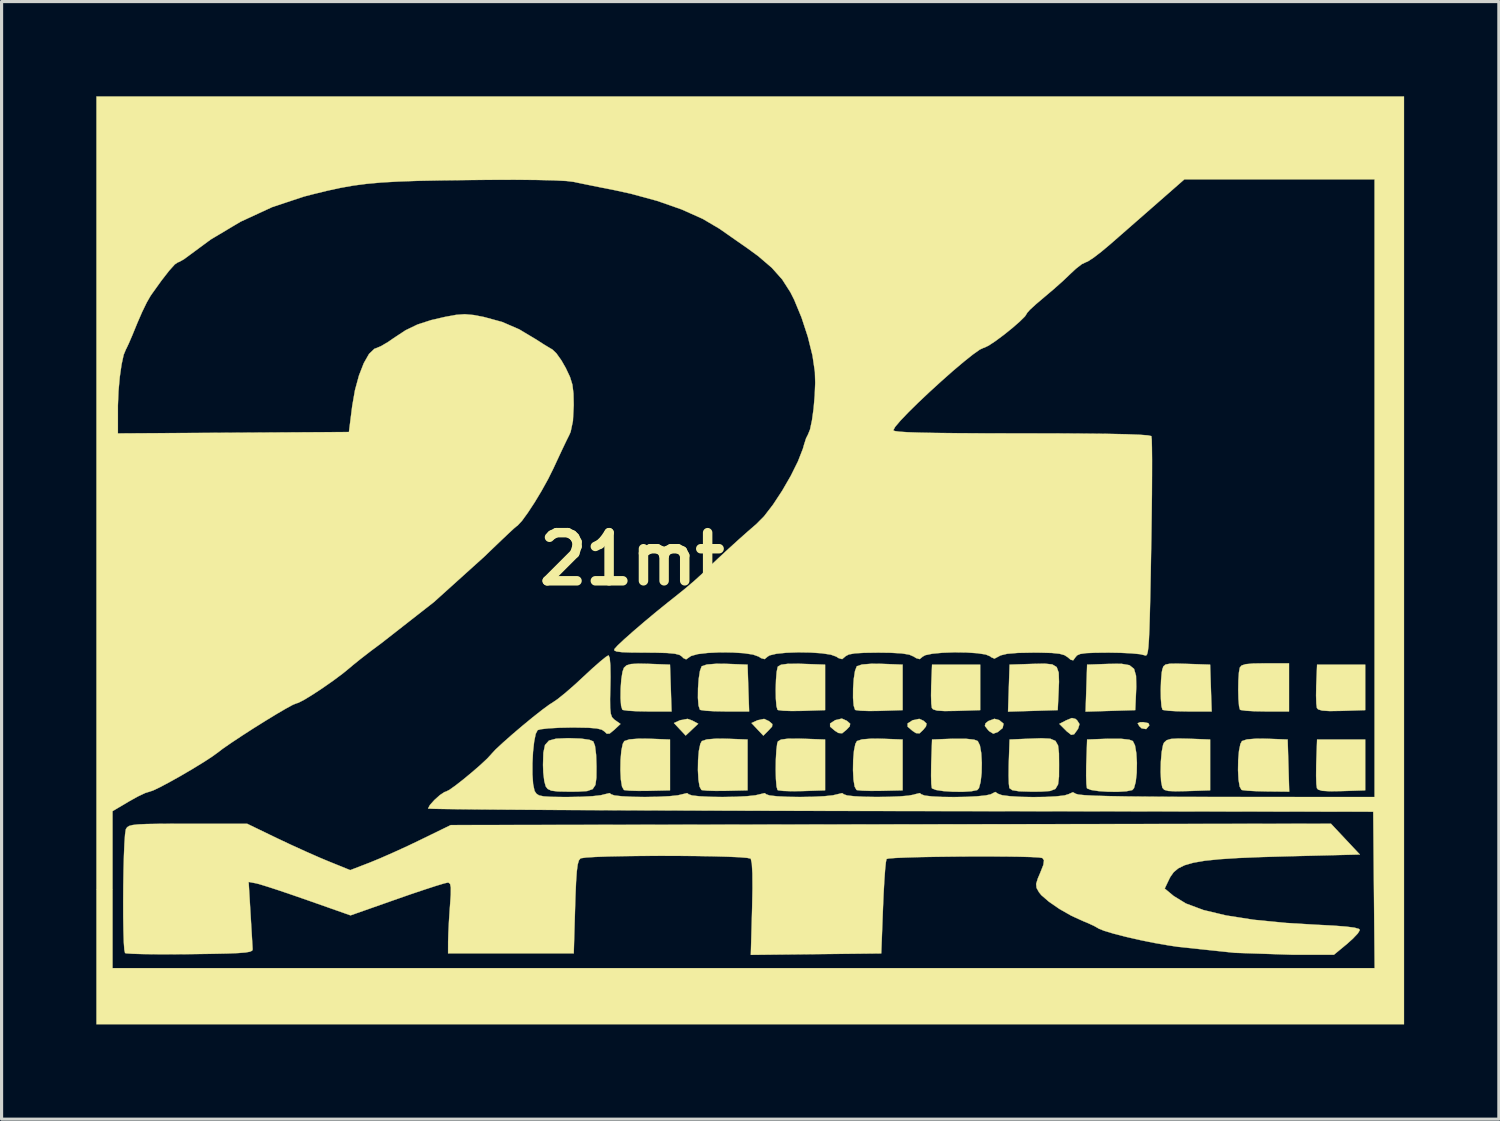
<source format=kicad_pcb>
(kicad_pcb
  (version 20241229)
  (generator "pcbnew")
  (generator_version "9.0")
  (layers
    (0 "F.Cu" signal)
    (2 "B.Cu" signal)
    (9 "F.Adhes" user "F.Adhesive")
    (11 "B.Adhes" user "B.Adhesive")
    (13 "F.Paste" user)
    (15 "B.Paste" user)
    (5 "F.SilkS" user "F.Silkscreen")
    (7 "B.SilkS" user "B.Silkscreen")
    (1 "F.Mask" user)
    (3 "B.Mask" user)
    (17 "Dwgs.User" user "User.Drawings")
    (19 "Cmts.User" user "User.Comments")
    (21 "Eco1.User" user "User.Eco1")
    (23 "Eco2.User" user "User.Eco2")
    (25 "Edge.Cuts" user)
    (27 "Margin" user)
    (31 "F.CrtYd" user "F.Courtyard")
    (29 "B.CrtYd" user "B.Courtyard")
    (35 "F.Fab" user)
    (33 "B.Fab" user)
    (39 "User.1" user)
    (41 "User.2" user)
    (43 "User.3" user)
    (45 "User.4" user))
  (footprint "21mtc_logo"
    (layer "F.Cu")
    (at 20.664 14.652)
    (property "Reference" "21mtc_logo" (at 0 0 0) (layer "F.SilkS") (effects (font (size 1.524 1.524) (thickness 0.3))))
    (attr through_hole)
    (fp_poly (pts (xy -1.792 5.115) (xy -1.604 5.215) (xy -1.803 5.402) (xy -2.002 5.589) (xy -2.188 5.391) (xy -2.373 5.193) (xy -2.177 5.104) (xy -1.943 5.061) (xy -1.792 5.115)) (stroke (width 0.01) (type solid)) (fill yes) (layer "F.SilkS"))
    (fp_poly (pts (xy 12.649 5.196) (xy 12.681 5.265) (xy 12.579 5.385) (xy 12.433 5.359) (xy 12.364 5.294) (xy 12.31 5.201) (xy 12.385 5.168) (xy 12.485 5.165) (xy 12.649 5.196)) (stroke (width 0.01) (type solid)) (fill yes) (layer "F.SilkS"))
    (fp_poly (pts (xy 0.635 5.133) (xy 0.743 5.226) (xy 0.733 5.307) (xy 0.627 5.422) (xy 0.457 5.592) (xy 0.269 5.393) (xy 0.082 5.193) (xy 0.278 5.104) (xy 0.481 5.062) (xy 0.635 5.133)) (stroke (width 0.01) (type solid)) (fill yes) (layer "F.SilkS"))
    (fp_poly (pts (xy 9.607 3.337) (xy 9.747 3.422) (xy 9.81 3.597) (xy 9.819 3.89) (xy 9.805 4.236) (xy 9.779 4.784) (xy 8.206 4.832) (xy 8.255 3.344) (xy 8.993 3.32) (xy 9.365 3.312) (xy 9.607 3.337)) (stroke (width 0.01) (type solid)) (fill yes) (layer "F.SilkS"))
    (fp_poly (pts (xy 12.05 3.361) (xy 12.196 3.478) (xy 12.259 3.698) (xy 12.266 4.048) (xy 12.259 4.214) (xy 12.234 4.784) (xy 10.661 4.832) (xy 10.71 3.344) (xy 11.404 3.32) (xy 11.795 3.317) (xy 12.05 3.361)) (stroke (width 0.01) (type solid)) (fill yes) (layer "F.SilkS"))
    (fp_poly (pts (xy 7.927 5.1) (xy 8.064 5.214) (xy 8.035 5.351) (xy 7.881 5.479) (xy 7.738 5.53) (xy 7.609 5.451) (xy 7.572 5.413) (xy 7.472 5.284) (xy 7.493 5.202) (xy 7.581 5.131) (xy 7.773 5.059) (xy 7.927 5.1)) (stroke (width 0.01) (type solid)) (fill yes) (layer "F.SilkS"))
    (fp_poly (pts (xy 3.103 5.123) (xy 3.207 5.215) (xy 3.192 5.298) (xy 3.09 5.406) (xy 2.953 5.518) (xy 2.835 5.508) (xy 2.731 5.443) (xy 2.572 5.309) (xy 2.571 5.207) (xy 2.728 5.106) (xy 2.743 5.099) (xy 2.943 5.052) (xy 3.103 5.123)) (stroke (width 0.01) (type solid)) (fill yes) (layer "F.SilkS"))
    (fp_poly (pts (xy 5.53 5.121) (xy 5.626 5.21) (xy 5.607 5.3) (xy 5.526 5.402) (xy 5.403 5.52) (xy 5.291 5.512) (xy 5.186 5.445) (xy 5.027 5.309) (xy 5.025 5.207) (xy 5.179 5.108) (xy 5.19 5.103) (xy 5.396 5.061) (xy 5.53 5.121)) (stroke (width 0.01) (type solid)) (fill yes) (layer "F.SilkS"))
    (fp_poly (pts (xy 7.324 4.784) (xy 6.581 4.808) (xy 6.201 4.814) (xy 5.961 4.799) (xy 5.833 4.76) (xy 5.794 4.716) (xy 5.776 4.577) (xy 5.768 4.323) (xy 5.773 4.004) (xy 5.775 3.971) (xy 5.8 3.344) (xy 7.324 3.344) (xy 7.324 4.784)) (stroke (width 0.01) (type solid)) (fill yes) (layer "F.SilkS"))
    (fp_poly (pts (xy 10.343 5.063) (xy 10.394 5.109) (xy 10.469 5.226) (xy 10.427 5.365) (xy 10.401 5.408) (xy 10.298 5.549) (xy 10.206 5.567) (xy 10.07 5.46) (xy 10.014 5.404) (xy 9.83 5.22) (xy 10.053 5.105) (xy 10.228 5.034) (xy 10.343 5.063)) (stroke (width 0.01) (type solid)) (fill yes) (layer "F.SilkS"))
    (fp_poly (pts (xy 19.516 4.784) (xy 18.773 4.808) (xy 18.393 4.814) (xy 18.153 4.799) (xy 18.025 4.76) (xy 17.986 4.716) (xy 17.968 4.577) (xy 17.96 4.323) (xy 17.965 4.004) (xy 17.967 3.971) (xy 17.992 3.344) (xy 19.516 3.344) (xy 19.516 4.784)) (stroke (width 0.01) (type solid)) (fill yes) (layer "F.SilkS"))
    (fp_poly (pts (xy 19.516 7.324) (xy 18.773 7.348) (xy 18.392 7.354) (xy 18.151 7.339) (xy 18.024 7.3) (xy 17.987 7.256) (xy 17.969 7.122) (xy 17.961 6.866) (xy 17.964 6.537) (xy 17.967 6.428) (xy 17.992 5.715) (xy 19.516 5.715) (xy 19.516 7.324)) (stroke (width 0.01) (type solid)) (fill yes) (layer "F.SilkS"))
    (fp_poly (pts (xy -3.162 5.69) (xy -2.498 5.715) (xy -2.498 7.324) (xy -3.175 7.34) (xy -3.507 7.342) (xy -3.779 7.334) (xy -3.941 7.317) (xy -3.958 7.312) (xy -4.017 7.207) (xy -4.054 6.982) (xy -4.069 6.686) (xy -4.064 6.367) (xy -4.039 6.073) (xy -3.994 5.853) (xy -3.945 5.764) (xy -3.785 5.711) (xy -3.484 5.687) (xy -3.162 5.69)) (stroke (width 0.01) (type solid)) (fill yes) (layer "F.SilkS"))
    (fp_poly (pts (xy -0.707 5.69) (xy -0.042 5.715) (xy -0.042 7.324) (xy -0.72 7.34) (xy -1.052 7.342) (xy -1.323 7.334) (xy -1.486 7.317) (xy -1.503 7.312) (xy -1.561 7.207) (xy -1.598 6.982) (xy -1.614 6.686) (xy -1.609 6.367) (xy -1.584 6.073) (xy -1.538 5.853) (xy -1.49 5.764) (xy -1.33 5.711) (xy -1.029 5.687) (xy -0.707 5.69)) (stroke (width 0.01) (type solid)) (fill yes) (layer "F.SilkS"))
    (fp_poly (pts (xy 4.204 3.319) (xy 4.868 3.344) (xy 4.868 4.784) (xy 4.145 4.808) (xy 3.809 4.812) (xy 3.541 4.803) (xy 3.383 4.783) (xy 3.361 4.773) (xy 3.318 4.641) (xy 3.298 4.398) (xy 3.3 4.097) (xy 3.321 3.794) (xy 3.36 3.544) (xy 3.414 3.401) (xy 3.421 3.393) (xy 3.581 3.34) (xy 3.882 3.316) (xy 4.204 3.319)) (stroke (width 0.01) (type solid)) (fill yes) (layer "F.SilkS"))
    (fp_poly (pts (xy 4.204 5.69) (xy 4.868 5.715) (xy 4.868 7.324) (xy 4.191 7.34) (xy 3.859 7.342) (xy 3.587 7.334) (xy 3.425 7.317) (xy 3.408 7.312) (xy 3.349 7.207) (xy 3.312 6.982) (xy 3.297 6.686) (xy 3.302 6.367) (xy 3.327 6.073) (xy 3.372 5.853) (xy 3.421 5.764) (xy 3.581 5.711) (xy 3.882 5.687) (xy 4.204 5.69)) (stroke (width 0.01) (type solid)) (fill yes) (layer "F.SilkS"))
    (fp_poly (pts (xy -3.173 3.319) (xy -2.498 3.344) (xy -2.473 4.085) (xy -2.449 4.826) (xy -3.2 4.826) (xy -3.541 4.82) (xy -3.816 4.804) (xy -3.981 4.781) (xy -4.008 4.77) (xy -4.047 4.643) (xy -4.064 4.405) (xy -4.061 4.109) (xy -4.04 3.812) (xy -4.002 3.569) (xy -3.956 3.441) (xy -3.873 3.366) (xy -3.735 3.325) (xy -3.503 3.312) (xy -3.173 3.319)) (stroke (width 0.01) (type solid)) (fill yes) (layer "F.SilkS"))
    (fp_poly (pts (xy -0.707 3.319) (xy -0.042 3.344) (xy -0.018 4.085) (xy 0.007 4.826) (xy -0.745 4.826) (xy -1.086 4.82) (xy -1.36 4.804) (xy -1.525 4.781) (xy -1.552 4.77) (xy -1.595 4.639) (xy -1.614 4.397) (xy -1.611 4.097) (xy -1.589 3.794) (xy -1.55 3.544) (xy -1.497 3.401) (xy -1.49 3.393) (xy -1.33 3.34) (xy -1.029 3.316) (xy -0.707 3.319)) (stroke (width 0.01) (type solid)) (fill yes) (layer "F.SilkS"))
    (fp_poly (pts (xy 1.701 3.32) (xy 2.413 3.344) (xy 2.413 4.784) (xy 1.689 4.808) (xy 1.354 4.812) (xy 1.086 4.803) (xy 0.928 4.783) (xy 0.906 4.773) (xy 0.873 4.657) (xy 0.854 4.426) (xy 0.849 4.133) (xy 0.858 3.832) (xy 0.879 3.575) (xy 0.912 3.417) (xy 0.919 3.404) (xy 1.017 3.347) (xy 1.234 3.318) (xy 1.591 3.316) (xy 1.701 3.32)) (stroke (width 0.01) (type solid)) (fill yes) (layer "F.SilkS"))
    (fp_poly (pts (xy 1.701 5.69) (xy 2.413 5.715) (xy 2.413 7.324) (xy 1.689 7.348) (xy 1.354 7.352) (xy 1.086 7.343) (xy 0.928 7.323) (xy 0.906 7.313) (xy 0.875 7.199) (xy 0.856 6.966) (xy 0.849 6.665) (xy 0.854 6.344) (xy 0.87 6.053) (xy 0.896 5.843) (xy 0.919 5.775) (xy 1.017 5.717) (xy 1.234 5.689) (xy 1.591 5.687) (xy 1.701 5.69)) (stroke (width 0.01) (type solid)) (fill yes) (layer "F.SilkS"))
    (fp_poly (pts (xy 13.929 5.69) (xy 14.605 5.715) (xy 14.605 7.324) (xy 13.874 7.348) (xy 13.511 7.355) (xy 13.282 7.344) (xy 13.155 7.309) (xy 13.096 7.246) (xy 13.091 7.235) (xy 13.052 7.036) (xy 13.038 6.743) (xy 13.045 6.416) (xy 13.071 6.11) (xy 13.115 5.883) (xy 13.146 5.812) (xy 13.229 5.737) (xy 13.367 5.696) (xy 13.6 5.683) (xy 13.929 5.69)) (stroke (width 0.01) (type solid)) (fill yes) (layer "F.SilkS"))
    (fp_poly (pts (xy 16.396 5.69) (xy 17.06 5.715) (xy 17.085 6.54) (xy 17.109 7.366) (xy 16.407 7.359) (xy 16.069 7.351) (xy 15.792 7.336) (xy 15.622 7.316) (xy 15.6 7.31) (xy 15.541 7.206) (xy 15.504 6.982) (xy 15.489 6.687) (xy 15.494 6.369) (xy 15.519 6.075) (xy 15.564 5.855) (xy 15.613 5.764) (xy 15.773 5.711) (xy 16.074 5.687) (xy 16.396 5.69)) (stroke (width 0.01) (type solid)) (fill yes) (layer "F.SilkS"))
    (fp_poly (pts (xy 17.103 4.826) (xy 16.355 4.826) (xy 16.014 4.82) (xy 15.741 4.804) (xy 15.577 4.781) (xy 15.55 4.77) (xy 15.521 4.659) (xy 15.502 4.432) (xy 15.495 4.143) (xy 15.5 3.845) (xy 15.517 3.591) (xy 15.545 3.436) (xy 15.603 3.37) (xy 15.734 3.329) (xy 15.97 3.308) (xy 16.343 3.302) (xy 16.35 3.302) (xy 17.103 3.302) (xy 17.103 4.826)) (stroke (width 0.01) (type solid)) (fill yes) (layer "F.SilkS"))
    (fp_poly (pts (xy 13.875 3.32) (xy 14.605 3.344) (xy 14.629 4.085) (xy 14.654 4.826) (xy 13.903 4.826) (xy 13.561 4.82) (xy 13.287 4.804) (xy 13.122 4.781) (xy 13.095 4.77) (xy 13.064 4.656) (xy 13.046 4.428) (xy 13.041 4.139) (xy 13.051 3.842) (xy 13.073 3.592) (xy 13.093 3.489) (xy 13.127 3.396) (xy 13.194 3.341) (xy 13.327 3.315) (xy 13.564 3.311) (xy 13.875 3.32)) (stroke (width 0.01) (type solid)) (fill yes) (layer "F.SilkS"))
    (fp_poly (pts (xy 9.541 5.689) (xy 9.707 5.758) (xy 9.79 5.904) (xy 9.818 6.153) (xy 9.821 6.512) (xy 9.819 6.89) (xy 9.79 7.136) (xy 9.706 7.279) (xy 9.537 7.345) (xy 9.252 7.365) (xy 8.923 7.366) (xy 8.556 7.355) (xy 8.338 7.318) (xy 8.249 7.253) (xy 8.232 7.12) (xy 8.224 6.866) (xy 8.227 6.538) (xy 8.23 6.428) (xy 8.255 5.715) (xy 8.846 5.69) (xy 9.264 5.675) (xy 9.541 5.689)) (stroke (width 0.01) (type solid)) (fill yes) (layer "F.SilkS"))
    (fp_poly (pts (xy 7.133 5.72) (xy 7.247 5.764) (xy 7.315 5.902) (xy 7.358 6.148) (xy 7.375 6.455) (xy 7.369 6.773) (xy 7.338 7.055) (xy 7.285 7.253) (xy 7.232 7.315) (xy 7.041 7.354) (xy 6.766 7.371) (xy 6.456 7.368) (xy 6.159 7.348) (xy 5.924 7.312) (xy 5.8 7.263) (xy 5.793 7.253) (xy 5.776 7.12) (xy 5.769 6.866) (xy 5.772 6.538) (xy 5.775 6.428) (xy 5.8 5.715) (xy 6.464 5.69) (xy 6.86 5.69) (xy 7.133 5.72)) (stroke (width 0.01) (type solid)) (fill yes) (layer "F.SilkS"))
    (fp_poly (pts (xy 12.044 5.72) (xy 12.158 5.764) (xy 12.226 5.902) (xy 12.268 6.148) (xy 12.286 6.455) (xy 12.28 6.773) (xy 12.249 7.055) (xy 12.195 7.253) (xy 12.143 7.315) (xy 11.952 7.354) (xy 11.677 7.371) (xy 11.367 7.368) (xy 11.069 7.348) (xy 10.834 7.312) (xy 10.711 7.263) (xy 10.704 7.253) (xy 10.687 7.12) (xy 10.679 6.866) (xy 10.682 6.538) (xy 10.686 6.428) (xy 10.71 5.715) (xy 11.375 5.69) (xy 11.77 5.69) (xy 12.044 5.72)) (stroke (width 0.01) (type solid)) (fill yes) (layer "F.SilkS"))
    (fp_poly (pts (xy -5.316 5.686) (xy -5.05 5.724) (xy -4.928 5.774) (xy -4.873 5.917) (xy -4.838 6.2) (xy -4.826 6.57) (xy -4.829 6.923) (xy -4.86 7.153) (xy -4.947 7.285) (xy -5.122 7.347) (xy -5.413 7.365) (xy -5.719 7.366) (xy -6.052 7.36) (xy -6.256 7.334) (xy -6.371 7.28) (xy -6.432 7.202) (xy -6.479 7.031) (xy -6.511 6.759) (xy -6.519 6.519) (xy -6.508 6.134) (xy -6.456 5.888) (xy -6.331 5.749) (xy -6.104 5.688) (xy -5.745 5.673) (xy -5.687 5.673) (xy -5.316 5.686)) (stroke (width 0.01) (type solid)) (fill yes) (layer "F.SilkS"))
    (fp_poly (pts (xy 19.346 9.356) (xy 17.103 9.412) (xy 16.223 9.437) (xy 15.496 9.467) (xy 14.906 9.505) (xy 14.438 9.553) (xy 14.074 9.616) (xy 13.799 9.695) (xy 13.597 9.794) (xy 13.451 9.916) (xy 13.346 10.064) (xy 13.314 10.126) (xy 13.167 10.434) (xy 13.448 10.668) (xy 13.839 10.908) (xy 14.394 11.115) (xy 15.111 11.286) (xy 15.988 11.423) (xy 17.023 11.524) (xy 17.949 11.579) (xy 18.509 11.608) (xy 18.913 11.639) (xy 19.178 11.673) (xy 19.316 11.712) (xy 19.346 11.746) (xy 19.285 11.851) (xy 19.126 12.02) (xy 18.935 12.191) (xy 18.524 12.531) (xy 17.242 12.531) (xy 15.385 12.469) (xy 13.594 12.28) (xy 13.293 12.235) (xy 12.852 12.159) (xy 12.393 12.066) (xy 11.95 11.965) (xy 11.559 11.865) (xy 11.255 11.774) (xy 11.073 11.701) (xy 11.05 11.685) (xy 10.924 11.614) (xy 10.704 11.514) (xy 10.583 11.465) (xy 10.209 11.294) (xy 9.833 11.08) (xy 9.502 10.852) (xy 9.259 10.642) (xy 9.185 10.55) (xy 9.109 10.414) (xy 9.096 10.287) (xy 9.151 10.109) (xy 9.224 9.939) (xy 9.324 9.686) (xy 9.344 9.541) (xy 9.294 9.467) (xy 9.185 9.45) (xy 8.934 9.436) (xy 8.569 9.426) (xy 8.114 9.42) (xy 7.597 9.418) (xy 7.043 9.418) (xy 6.479 9.422) (xy 5.932 9.429) (xy 5.427 9.438) (xy 4.991 9.451) (xy 4.65 9.465) (xy 4.43 9.482) (xy 4.359 9.498) (xy 4.338 9.597) (xy 4.313 9.837) (xy 4.288 10.189) (xy 4.264 10.624) (xy 4.247 11.022) (xy 4.191 12.488) (xy 2.126 12.511) (xy 0.061 12.534) (xy 0.102 11.054) (xy 0.114 10.429) (xy 0.111 9.958) (xy 0.093 9.644) (xy 0.061 9.494) (xy 0.054 9.486) (xy -0.052 9.463) (xy -0.302 9.442) (xy -0.671 9.426) (xy -1.133 9.413) (xy -1.663 9.404) (xy -2.236 9.399) (xy -2.826 9.398) (xy -3.408 9.401) (xy -3.958 9.408) (xy -4.448 9.418) (xy -4.855 9.433) (xy -5.152 9.451) (xy -5.316 9.474) (xy -5.334 9.481) (xy -5.383 9.542) (xy -5.421 9.672) (xy -5.45 9.893) (xy -5.473 10.226) (xy -5.493 10.695) (xy -5.503 11.025) (xy -5.546 12.488) (xy -9.525 12.488) (xy -9.524 12.107) (xy -9.516 11.841) (xy -9.498 11.474) (xy -9.472 11.078) (xy -9.465 10.986) (xy -9.44 10.625) (xy -9.438 10.403) (xy -9.461 10.287) (xy -9.512 10.247) (xy -9.535 10.245) (xy -9.653 10.272) (xy -9.902 10.347) (xy -10.255 10.462) (xy -10.685 10.606) (xy -11.139 10.764) (xy -12.614 11.283) (xy -13.991 10.798) (xy -14.461 10.635) (xy -14.891 10.489) (xy -15.248 10.373) (xy -15.502 10.295) (xy -15.604 10.269) (xy -15.841 10.224) (xy -15.781 11.229) (xy -15.757 11.634) (xy -15.736 11.984) (xy -15.721 12.24) (xy -15.714 12.361) (xy -15.731 12.402) (xy -15.802 12.434) (xy -15.945 12.459) (xy -16.179 12.477) (xy -16.524 12.491) (xy -16.998 12.501) (xy -17.62 12.51) (xy -17.701 12.511) (xy -18.266 12.515) (xy -18.774 12.514) (xy -19.2 12.509) (xy -19.521 12.499) (xy -19.712 12.486) (xy -19.754 12.476) (xy -19.777 12.371) (xy -19.794 12.126) (xy -19.805 11.772) (xy -19.812 11.337) (xy -19.813 10.853) (xy -19.81 10.348) (xy -19.802 9.853) (xy -19.79 9.397) (xy -19.774 9.01) (xy -19.754 8.721) (xy -19.73 8.561) (xy -19.724 8.546) (xy -19.687 8.492) (xy -19.624 8.452) (xy -19.515 8.423) (xy -19.338 8.403) (xy -19.071 8.391) (xy -18.692 8.385) (xy -18.18 8.382) (xy -17.763 8.382) (xy -15.89 8.382) (xy -14.951 8.836) (xy -14.501 9.048) (xy -14.022 9.266) (xy -13.581 9.46) (xy -13.318 9.57) (xy -12.624 9.851) (xy -12.006 9.613) (xy -11.676 9.477) (xy -11.253 9.291) (xy -10.794 9.081) (xy -10.414 8.899) (xy -9.44 8.424) (xy 4.496 8.402) (xy 18.431 8.381) (xy 19.346 9.356)) (stroke (width 0.01) (type solid)) (fill yes) (layer "F.SilkS"))
    (fp_poly (pts (xy 20.743 14.732) (xy -20.659 14.732) (xy -20.659 7.984) (xy -20.151 7.984) (xy -20.151 10.469) (xy -20.151 12.954) (xy 19.815 12.954) (xy 19.792 10.477) (xy 19.77 8.001) (xy 4.805 7.98) (xy 3.227 7.977) (xy 1.694 7.974) (xy 0.217 7.97) (xy -1.197 7.966) (xy -2.54 7.961) (xy -3.802 7.957) (xy -4.975 7.951) (xy -6.051 7.946) (xy -7.022 7.94) (xy -7.878 7.934) (xy -8.611 7.928) (xy -9.212 7.921) (xy -9.674 7.915) (xy -9.987 7.909) (xy -10.143 7.902) (xy -10.16 7.9) (xy -10.1 7.788) (xy -9.957 7.629) (xy -9.785 7.475) (xy -9.638 7.378) (xy -9.596 7.366) (xy -9.49 7.313) (xy -9.294 7.175) (xy -9.042 6.978) (xy -8.768 6.751) (xy -8.506 6.524) (xy -8.29 6.323) (xy -8.155 6.177) (xy -8.15 6.17) (xy -8.022 6.032) (xy -7.793 5.819) (xy -7.498 5.558) (xy -7.169 5.278) (xy -6.841 5.008) (xy -6.546 4.776) (xy -6.319 4.609) (xy -6.223 4.549) (xy -6.06 4.438) (xy -5.812 4.239) (xy -5.515 3.98) (xy -5.249 3.734) (xy -4.96 3.466) (xy -4.711 3.247) (xy -4.529 3.1) (xy -4.445 3.049) (xy -4.408 3.13) (xy -4.387 3.365) (xy -4.381 3.738) (xy -4.386 4.013) (xy -4.396 4.433) (xy -4.393 4.717) (xy -4.374 4.897) (xy -4.335 5.007) (xy -4.27 5.077) (xy -4.239 5.1) (xy -4.066 5.222) (xy -4.264 5.408) (xy -4.41 5.527) (xy -4.501 5.53) (xy -4.57 5.464) (xy -4.656 5.404) (xy -4.814 5.365) (xy -5.075 5.343) (xy -5.466 5.336) (xy -5.62 5.335) (xy -6.012 5.343) (xy -6.35 5.362) (xy -6.591 5.39) (xy -6.689 5.417) (xy -6.751 5.537) (xy -6.8 5.781) (xy -6.836 6.107) (xy -6.854 6.468) (xy -6.854 6.822) (xy -6.833 7.125) (xy -6.79 7.331) (xy -6.778 7.357) (xy -6.725 7.434) (xy -6.642 7.485) (xy -6.499 7.515) (xy -6.262 7.53) (xy -5.901 7.535) (xy -5.706 7.535) (xy -5.303 7.528) (xy -4.95 7.509) (xy -4.691 7.48) (xy -4.572 7.45) (xy -4.411 7.412) (xy -4.36 7.45) (xy -4.257 7.486) (xy -4.014 7.513) (xy -3.661 7.53) (xy -3.291 7.535) (xy -2.88 7.528) (xy -2.52 7.51) (xy -2.251 7.482) (xy -2.116 7.45) (xy -1.955 7.412) (xy -1.905 7.45) (xy -1.802 7.486) (xy -1.559 7.513) (xy -1.205 7.53) (xy -0.836 7.535) (xy -0.425 7.528) (xy -0.064 7.51) (xy 0.204 7.482) (xy 0.339 7.45) (xy 0.5 7.412) (xy 0.55 7.45) (xy 0.654 7.486) (xy 0.897 7.513) (xy 1.25 7.53) (xy 1.619 7.535) (xy 2.031 7.528) (xy 2.391 7.51) (xy 2.66 7.482) (xy 2.794 7.45) (xy 2.955 7.412) (xy 3.006 7.45) (xy 3.109 7.486) (xy 3.341 7.512) (xy 3.663 7.528) (xy 4.035 7.534) (xy 4.418 7.53) (xy 4.771 7.516) (xy 5.055 7.492) (xy 5.231 7.459) (xy 5.25 7.45) (xy 5.411 7.412) (xy 5.461 7.45) (xy 5.567 7.49) (xy 5.801 7.517) (xy 6.125 7.533) (xy 6.496 7.537) (xy 6.876 7.531) (xy 7.225 7.513) (xy 7.501 7.485) (xy 7.666 7.448) (xy 7.688 7.434) (xy 7.803 7.376) (xy 7.891 7.434) (xy 8.019 7.479) (xy 8.275 7.511) (xy 8.616 7.531) (xy 9 7.538) (xy 9.386 7.533) (xy 9.731 7.515) (xy 9.995 7.485) (xy 10.135 7.441) (xy 10.139 7.437) (xy 10.261 7.384) (xy 10.353 7.435) (xy 10.437 7.458) (xy 10.635 7.478) (xy 10.954 7.494) (xy 11.402 7.507) (xy 11.987 7.518) (xy 12.715 7.525) (xy 13.594 7.531) (xy 14.631 7.533) (xy 15.141 7.534) (xy 19.812 7.536) (xy 19.812 -12.023) (xy 13.79 -12.023) (xy 12.944 -11.282) (xy 12.549 -10.936) (xy 12.125 -10.565) (xy 11.726 -10.216) (xy 11.447 -9.972) (xy 11.161 -9.732) (xy 10.912 -9.541) (xy 10.732 -9.424) (xy 10.668 -9.398) (xy 10.542 -9.338) (xy 10.351 -9.19) (xy 10.202 -9.051) (xy 9.962 -8.822) (xy 9.655 -8.548) (xy 9.344 -8.285) (xy 9.335 -8.277) (xy 9.088 -8.068) (xy 8.903 -7.898) (xy 8.81 -7.795) (xy 8.805 -7.782) (xy 8.742 -7.684) (xy 8.574 -7.518) (xy 8.34 -7.314) (xy 8.074 -7.1) (xy 7.813 -6.906) (xy 7.593 -6.76) (xy 7.45 -6.691) (xy 7.434 -6.689) (xy 7.312 -6.633) (xy 7.094 -6.478) (xy 6.803 -6.246) (xy 6.461 -5.957) (xy 6.093 -5.631) (xy 5.719 -5.29) (xy 5.363 -4.954) (xy 5.048 -4.644) (xy 4.796 -4.38) (xy 4.63 -4.184) (xy 4.572 -4.077) (xy 4.619 -4.053) (xy 4.765 -4.033) (xy 5.02 -4.016) (xy 5.395 -4.003) (xy 5.897 -3.993) (xy 6.537 -3.986) (xy 7.324 -3.981) (xy 8.267 -3.979) (xy 8.631 -3.979) (xy 9.708 -3.978) (xy 10.618 -3.972) (xy 11.363 -3.964) (xy 11.946 -3.952) (xy 12.368 -3.936) (xy 12.633 -3.916) (xy 12.743 -3.893) (xy 12.745 -3.89) (xy 12.756 -3.789) (xy 12.762 -3.536) (xy 12.766 -3.151) (xy 12.765 -2.652) (xy 12.762 -2.057) (xy 12.754 -1.384) (xy 12.744 -0.651) (xy 12.738 -0.338) (xy 12.723 0.519) (xy 12.709 1.221) (xy 12.695 1.783) (xy 12.682 2.22) (xy 12.667 2.548) (xy 12.651 2.78) (xy 12.631 2.932) (xy 12.608 3.018) (xy 12.579 3.054) (xy 12.545 3.054) (xy 12.524 3.045) (xy 12.382 3.012) (xy 12.111 2.986) (xy 11.752 2.969) (xy 11.397 2.963) (xy 10.968 2.967) (xy 10.678 2.979) (xy 10.496 3.005) (xy 10.393 3.049) (xy 10.34 3.11) (xy 10.269 3.208) (xy 10.187 3.187) (xy 10.097 3.11) (xy 9.993 3.043) (xy 9.836 2.999) (xy 9.594 2.974) (xy 9.232 2.964) (xy 9.005 2.963) (xy 8.517 2.972) (xy 8.179 3) (xy 7.972 3.05) (xy 7.916 3.08) (xy 7.775 3.154) (xy 7.666 3.105) (xy 7.64 3.08) (xy 7.497 3.022) (xy 7.232 2.982) (xy 6.888 2.959) (xy 6.507 2.954) (xy 6.135 2.967) (xy 5.813 2.997) (xy 5.586 3.044) (xy 5.505 3.089) (xy 5.408 3.169) (xy 5.295 3.137) (xy 5.221 3.089) (xy 5.078 3.027) (xy 4.841 2.988) (xy 4.482 2.968) (xy 4.098 2.963) (xy 3.654 2.969) (xy 3.352 2.987) (xy 3.163 3.022) (xy 3.061 3.076) (xy 3.049 3.089) (xy 2.953 3.169) (xy 2.84 3.137) (xy 2.766 3.089) (xy 2.593 3.027) (xy 2.306 2.984) (xy 1.948 2.96) (xy 1.561 2.954) (xy 1.188 2.967) (xy 0.872 2.999) (xy 0.657 3.05) (xy 0.594 3.089) (xy 0.498 3.169) (xy 0.384 3.137) (xy 0.311 3.089) (xy 0.132 3.025) (xy -0.164 2.981) (xy -0.532 2.958) (xy -0.928 2.955) (xy -1.305 2.973) (xy -1.619 3.01) (xy -1.826 3.068) (xy -1.865 3.092) (xy -1.987 3.177) (xy -2.077 3.135) (xy -2.115 3.092) (xy -2.196 3.036) (xy -2.345 2.998) (xy -2.592 2.975) (xy -2.962 2.965) (xy -3.274 2.963) (xy -3.72 2.96) (xy -4.019 2.949) (xy -4.192 2.927) (xy -4.263 2.893) (xy -4.259 2.851) (xy -4.159 2.74) (xy -3.952 2.545) (xy -3.662 2.288) (xy -3.317 1.992) (xy -2.941 1.678) (xy -2.559 1.369) (xy -2.331 1.189) (xy -2.017 0.936) (xy -1.715 0.679) (xy -1.48 0.465) (xy -1.442 0.427) (xy -1.241 0.232) (xy -0.962 -0.031) (xy -0.641 -0.328) (xy -0.317 -0.622) (xy -0.028 -0.879) (xy 0.187 -1.065) (xy 0.23 -1.101) (xy 0.48 -1.353) (xy 0.763 -1.721) (xy 1.054 -2.163) (xy 1.326 -2.634) (xy 1.553 -3.091) (xy 1.71 -3.493) (xy 1.745 -3.618) (xy 1.81 -3.822) (xy 1.871 -3.942) (xy 1.937 -4.106) (xy 1.998 -4.395) (xy 2.049 -4.766) (xy 2.084 -5.175) (xy 2.1 -5.578) (xy 2.09 -5.927) (xy 2.014 -6.444) (xy 1.866 -7.04) (xy 1.666 -7.65) (xy 1.434 -8.211) (xy 1.315 -8.447) (xy 1.055 -8.853) (xy 0.725 -9.224) (xy 0.291 -9.595) (xy -0.053 -9.846) (xy -0.369 -10.066) (xy -0.672 -10.278) (xy -0.904 -10.44) (xy -0.931 -10.459) (xy -1.462 -10.772) (xy -2.128 -11.07) (xy -2.899 -11.34) (xy -3.74 -11.569) (xy -4.267 -11.684) (xy -4.683 -11.766) (xy -5.089 -11.848) (xy -5.422 -11.916) (xy -5.546 -11.943) (xy -5.776 -11.971) (xy -6.171 -11.991) (xy -6.724 -12.004) (xy -7.431 -12.01) (xy -8.286 -12.007) (xy -8.89 -12.001) (xy -9.767 -11.99) (xy -10.501 -11.975) (xy -11.118 -11.953) (xy -11.644 -11.923) (xy -12.105 -11.881) (xy -12.527 -11.826) (xy -12.937 -11.753) (xy -13.36 -11.661) (xy -13.824 -11.547) (xy -14.097 -11.476) (xy -15.096 -11.144) (xy -16.097 -10.682) (xy -17.044 -10.117) (xy -17.693 -9.638) (xy -17.891 -9.492) (xy -18.043 -9.407) (xy -18.078 -9.398) (xy -18.18 -9.329) (xy -18.358 -9.131) (xy -18.6 -8.82) (xy -18.892 -8.413) (xy -18.95 -8.329) (xy -19.068 -8.123) (xy -19.216 -7.818) (xy -19.367 -7.471) (xy -19.397 -7.397) (xy -19.526 -7.082) (xy -19.637 -6.825) (xy -19.711 -6.668) (xy -19.724 -6.646) (xy -19.798 -6.468) (xy -19.865 -6.16) (xy -19.922 -5.763) (xy -19.962 -5.316) (xy -19.981 -4.86) (xy -19.981 -4.769) (xy -19.981 -3.978) (xy -16.323 -4) (xy -12.665 -4.022) (xy -12.561 -4.846) (xy -12.473 -5.35) (xy -12.347 -5.812) (xy -12.194 -6.204) (xy -12.028 -6.495) (xy -11.859 -6.657) (xy -11.802 -6.677) (xy -11.647 -6.742) (xy -11.418 -6.878) (xy -11.249 -6.995) (xy -10.873 -7.243) (xy -10.496 -7.425) (xy -10.058 -7.567) (xy -9.624 -7.667) (xy -9.271 -7.732) (xy -8.997 -7.752) (xy -8.719 -7.727) (xy -8.398 -7.666) (xy -7.811 -7.506) (xy -7.274 -7.274) (xy -6.731 -6.949) (xy -6.49 -6.794) (xy -6.281 -6.668) (xy -6.223 -6.635) (xy -6.097 -6.515) (xy -5.938 -6.292) (xy -5.8 -6.051) (xy -5.666 -5.768) (xy -5.589 -5.521) (xy -5.555 -5.241) (xy -5.547 -4.874) (xy -5.572 -4.373) (xy -5.645 -4.027) (xy -5.684 -3.937) (xy -5.776 -3.752) (xy -5.916 -3.459) (xy -6.081 -3.106) (xy -6.186 -2.879) (xy -6.357 -2.534) (xy -6.564 -2.161) (xy -6.785 -1.794) (xy -7 -1.466) (xy -7.186 -1.21) (xy -7.325 -1.06) (xy -7.359 -1.037) (xy -7.434 -0.974) (xy -7.608 -0.813) (xy -7.86 -0.574) (xy -8.168 -0.279) (xy -8.382 -0.073) (xy -9.976 1.364) (xy -11.642 2.667) (xy -11.975 2.915) (xy -12.293 3.161) (xy -12.546 3.365) (xy -12.626 3.434) (xy -12.861 3.626) (xy -13.157 3.847) (xy -13.48 4.073) (xy -13.795 4.281) (xy -14.067 4.448) (xy -14.263 4.55) (xy -14.333 4.572) (xy -14.442 4.616) (xy -14.662 4.736) (xy -14.963 4.912) (xy -15.317 5.128) (xy -15.694 5.364) (xy -16.063 5.602) (xy -16.396 5.823) (xy -16.663 6.008) (xy -16.806 6.118) (xy -17 6.258) (xy -17.283 6.442) (xy -17.622 6.649) (xy -17.983 6.861) (xy -18.334 7.057) (xy -18.639 7.22) (xy -18.867 7.329) (xy -18.979 7.366) (xy -19.113 7.407) (xy -19.342 7.515) (xy -19.618 7.668) (xy -19.63 7.675) (xy -20.151 7.984) (xy -20.659 7.984) (xy -20.659 -14.647) (xy 20.743 -14.647) (xy 20.743 14.732)) (stroke (width 0.01) (type solid)) (fill yes) (layer "F.SilkS")))
  (gr_rect
    (start -3 -3)
    (end 44.412 32.389)
    (stroke (width 0.1) (type default))
    (fill no)
    (layer "Edge.Cuts")))
</source>
